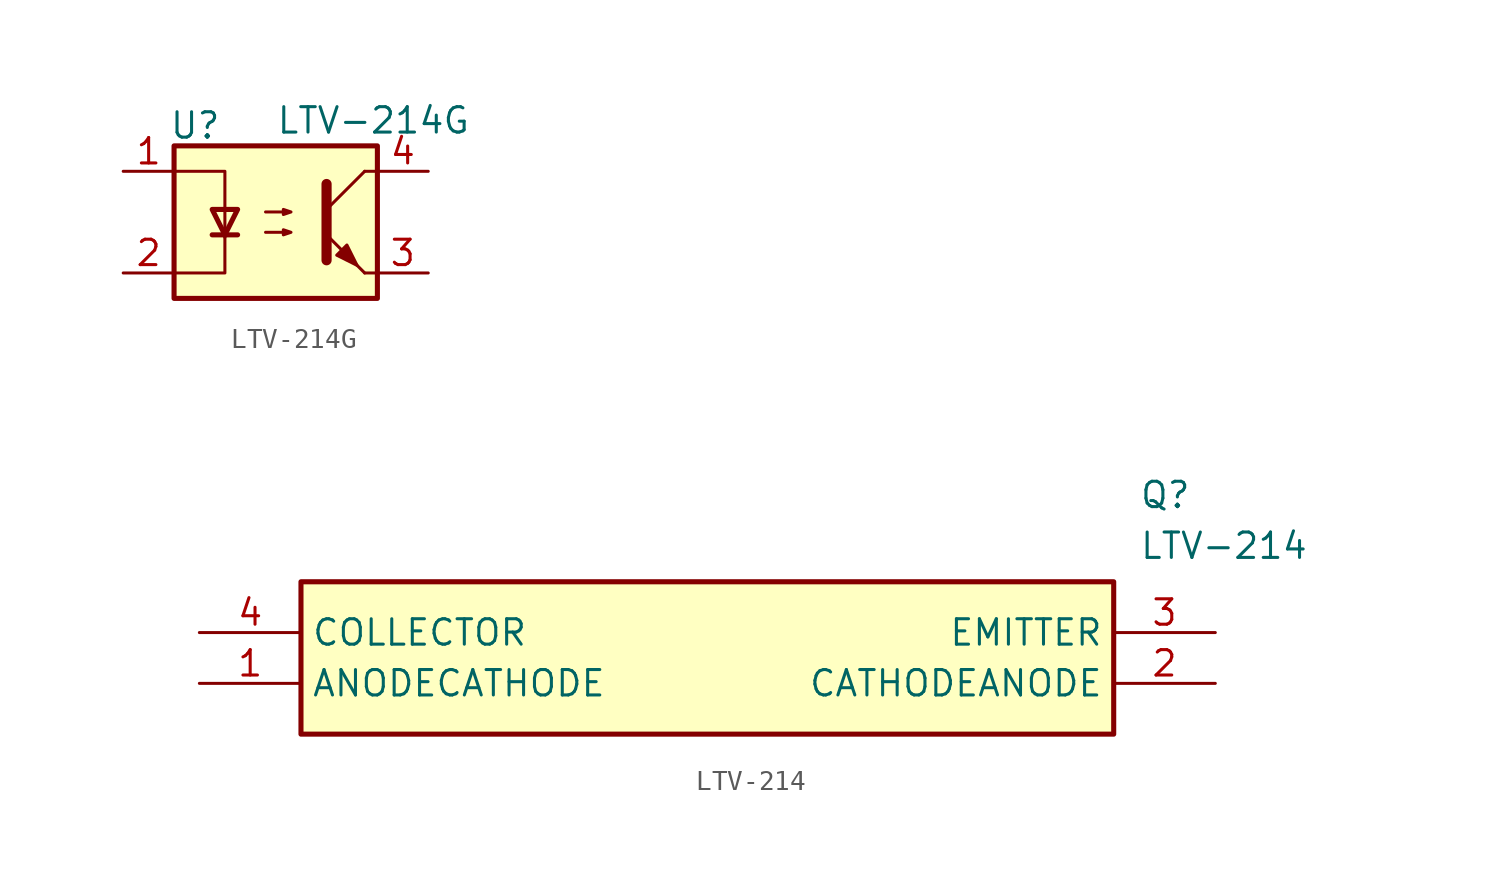
<source format=kicad_sym>
(kicad_symbol_lib
  (version 20220914)
  (generator kicad_symbol_editor)
  (symbol "LTV-214G"
    (pin_names
      (offset 1.016))
    (property "Reference" "U"
      (at -5.334 4.826 0)
      (effects (font (size 1.27 1.27)) (justify left)))
    (property "Value" "LTV-214G"
      (at 0 5.08 0)
      (effects (font (size 1.27 1.27)) (justify left)))
    (symbol "LTV-214G_0_1"
      (rectangle (start -5.08 3.81) (end 5.08 -3.81) (stroke (width 0.254) (type default)) (fill (type background)))
      (polyline (pts (xy -3.175 -0.635) (xy -1.905 -0.635)) (stroke (width 0.254) (type default)) (fill (type none)))
      (polyline (pts (xy 2.54 0.635) (xy 4.445 2.54)) (stroke (width 0) (type default)) (fill (type none)))
      (polyline (pts (xy 4.445 -2.54) (xy 2.54 -0.635)) (stroke (width 0) (type default)) (fill (type outline)))
      (polyline (pts (xy 4.445 -2.54) (xy 5.08 -2.54)) (stroke (width 0) (type default)) (fill (type none)))
      (polyline (pts (xy 4.445 2.54) (xy 5.08 2.54)) (stroke (width 0) (type default)) (fill (type none)))
      (polyline (pts (xy -5.08 2.54) (xy -2.54 2.54) (xy -2.54 -0.762)) (stroke (width 0) (type default)) (fill (type none)))
      (polyline (pts (xy -2.54 -0.635) (xy -2.54 -2.54) (xy -5.08 -2.54)) (stroke (width 0) (type default)) (fill (type none)))
      (polyline (pts (xy 2.54 1.905) (xy 2.54 -1.905) (xy 2.54 -1.905)) (stroke (width 0.508) (type default)) (fill (type none)))
      (polyline (pts (xy -2.54 -0.635) (xy -3.175 0.635) (xy -1.905 0.635) (xy -2.54 -0.635)) (stroke (width 0.254) (type default)) (fill (type none)))
      (polyline (pts (xy -0.508 -0.508) (xy 0.762 -0.508) (xy 0.381 -0.635) (xy 0.381 -0.381) (xy 0.762 -0.508)) (stroke (width 0) (type default)) (fill (type none)))
      (polyline (pts (xy -0.508 0.508) (xy 0.762 0.508) (xy 0.381 0.381) (xy 0.381 0.635) (xy 0.762 0.508)) (stroke (width 0) (type default)) (fill (type none)))
      (polyline (pts (xy 3.048 -1.651) (xy 3.556 -1.143) (xy 4.064 -2.159) (xy 3.048 -1.651) (xy 3.048 -1.651)) (stroke (width 0) (type default)) (fill (type outline))))
    (symbol "LTV-214G_1_1"
      (pin passive line (at -7.62 2.54 0) (length 2.54) (name "~" (effects (font (size 1.27 1.27)))) (number "1" (effects (font (size 1.27 1.27)))))
      (pin passive line (at -7.62 -2.54 0) (length 2.54) (name "~" (effects (font (size 1.27 1.27)))) (number "2" (effects (font (size 1.27 1.27)))))
      (pin passive line (at 7.62 -2.54 180) (length 2.54) (name "~" (effects (font (size 1.27 1.27)))) (number "3" (effects (font (size 1.27 1.27)))))
      (pin passive line (at 7.62 2.54 180) (length 2.54) (name "~" (effects (font (size 1.27 1.27)))) (number "4" (effects (font (size 1.27 1.27)))))))
  (symbol "LTV-214"
    (property "Reference" "Q"
      (at 46.99 7.62 0)
      (effects (font (size 1.27 1.27)) (justify left top)))
    (property "Value" "LTV-214"
      (at 46.99 5.08 0)
      (effects (font (size 1.27 1.27)) (justify left top)))
    (symbol "LTV-214_1_1"
      (rectangle (start 5.08 2.54) (end 45.72 -5.08) (stroke (width 0.254) (type default)) (fill (type background)))
      (pin passive line (at 0 -2.54 0) (length 5.08) (name "ANODECATHODE" (effects (font (size 1.27 1.27)))) (number "1" (effects (font (size 1.27 1.27)))))
      (pin passive line (at 50.8 -2.54 180) (length 5.08) (name "CATHODEANODE" (effects (font (size 1.27 1.27)))) (number "2" (effects (font (size 1.27 1.27)))))
      (pin passive line (at 50.8 0 180) (length 5.08) (name "EMITTER" (effects (font (size 1.27 1.27)))) (number "3" (effects (font (size 1.27 1.27)))))
      (pin passive line (at 0 0 0) (length 5.08) (name "COLLECTOR" (effects (font (size 1.27 1.27)))) (number "4" (effects (font (size 1.27 1.27))))))))
</source>
